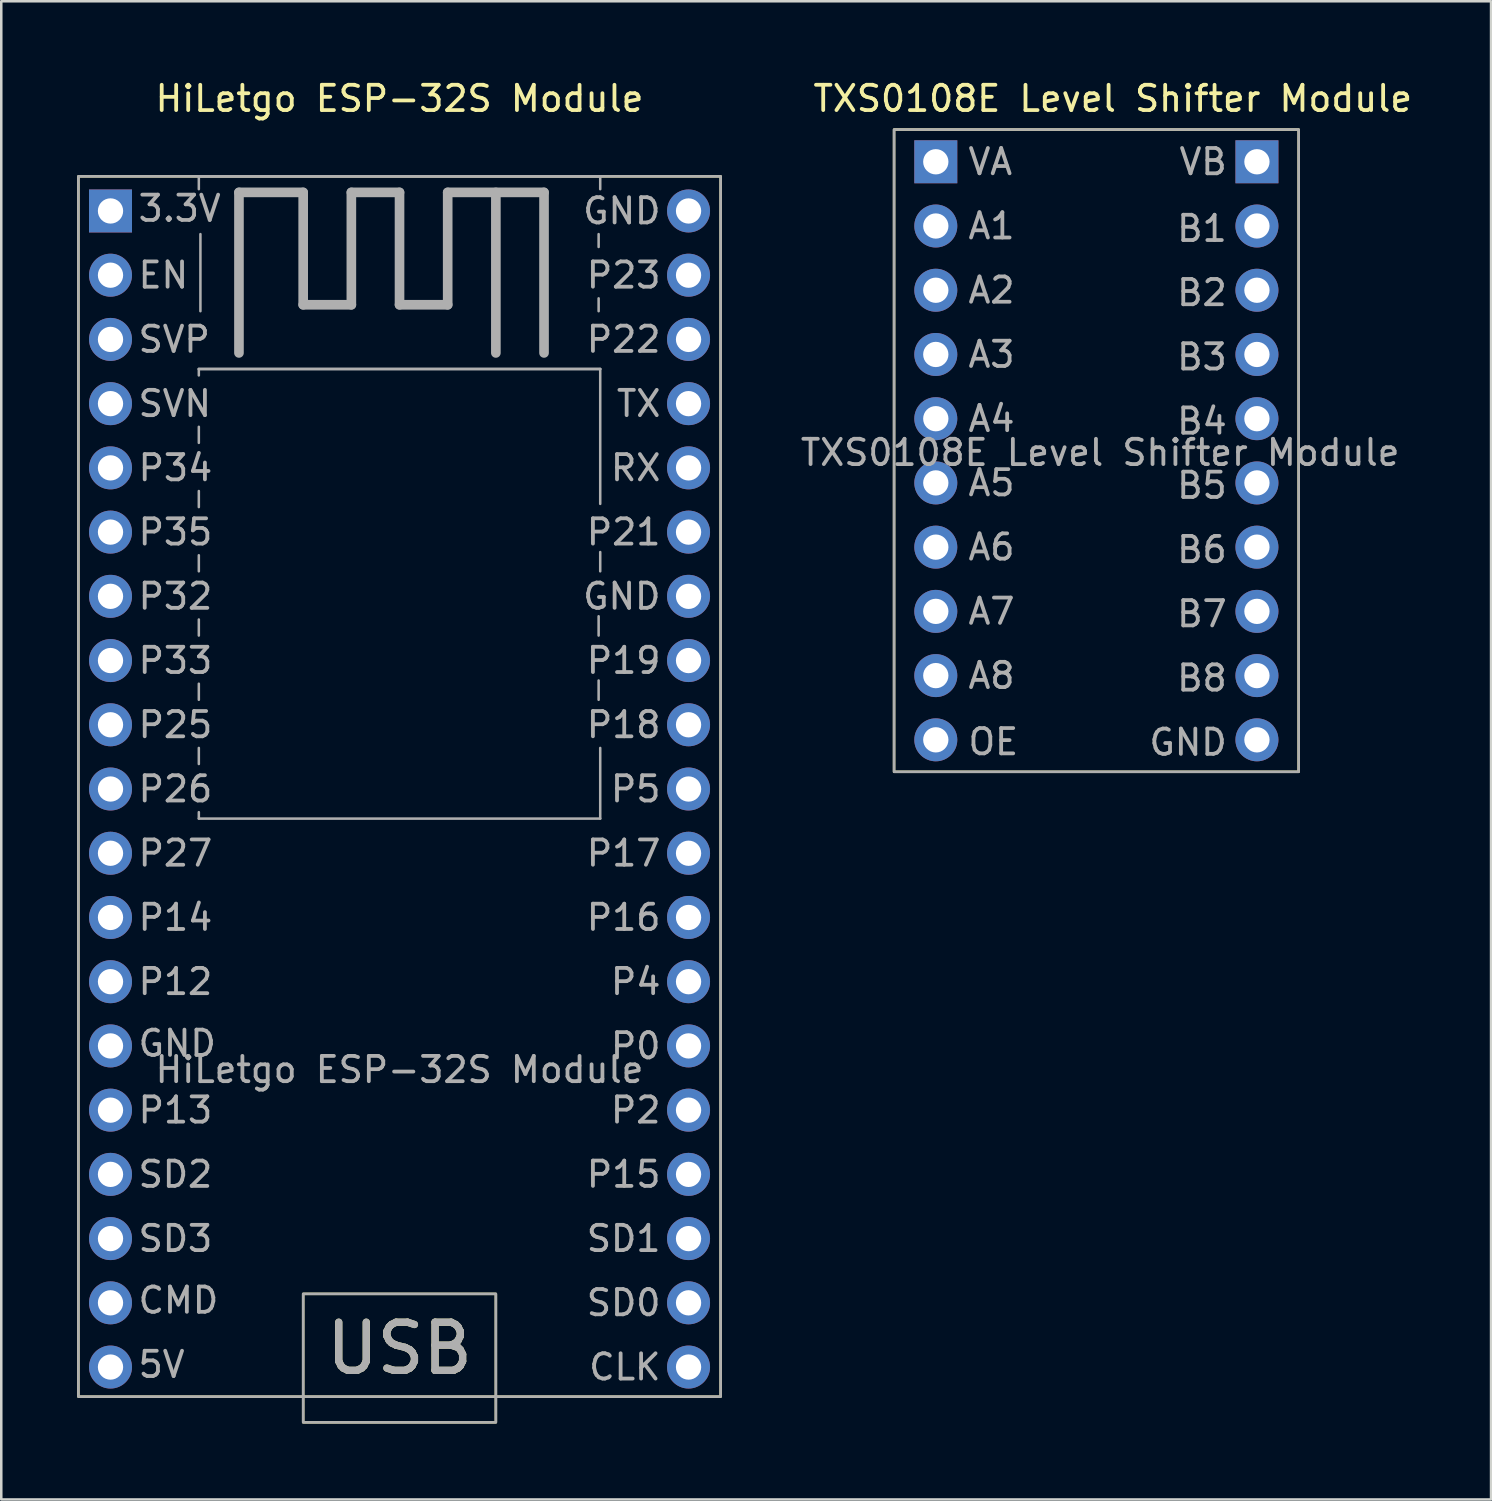
<source format=kicad_pcb>
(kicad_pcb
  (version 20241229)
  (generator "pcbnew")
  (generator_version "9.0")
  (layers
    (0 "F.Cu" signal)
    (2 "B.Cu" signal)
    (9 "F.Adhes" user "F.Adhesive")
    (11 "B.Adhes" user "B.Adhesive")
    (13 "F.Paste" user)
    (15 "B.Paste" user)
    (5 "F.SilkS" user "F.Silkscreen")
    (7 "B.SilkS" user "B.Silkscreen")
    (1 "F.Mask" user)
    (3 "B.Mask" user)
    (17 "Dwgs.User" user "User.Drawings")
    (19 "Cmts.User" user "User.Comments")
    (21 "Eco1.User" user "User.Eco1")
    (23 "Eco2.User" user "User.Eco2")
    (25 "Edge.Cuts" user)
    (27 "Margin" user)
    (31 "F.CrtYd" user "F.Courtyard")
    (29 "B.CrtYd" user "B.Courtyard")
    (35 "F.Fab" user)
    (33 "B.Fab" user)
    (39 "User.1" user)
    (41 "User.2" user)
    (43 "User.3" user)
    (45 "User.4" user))
  (footprint "HiLetgo ESP-32S Module"
    (layer "F.Cu")
    (at 1.32 5.293)
    (property "Reference" "HiLetgo ESP-32S Module" (at 11.43 -4.445 0) (unlocked yes) (layer "F.SilkS") (effects (font (size 1 1) (thickness 0.15))))
    (attr through_hole)
    (fp_rect (start 15.24 47.906) (end 7.62 42.826) (stroke (width 0.1) (type default)) (fill no) (layer "F.SilkS"))
    (fp_rect (start 24.13 46.89) (end -1.27 -1.37) (stroke (width 0.1) (type default)) (fill no) (layer "F.SilkS"))
    (fp_line (start 3.493 -1.37) (end 19.367 -1.37) (stroke (width 0.1) (type default)) (layer "F.Fab"))
    (fp_line (start 3.493 -0.862) (end 3.493 -1.37) (stroke (width 0.1) (type default)) (layer "F.Fab"))
    (fp_line (start 3.493 6.25) (end 19.367 6.25) (stroke (width 0.1) (type default)) (layer "F.Fab"))
    (fp_line (start 3.493 6.504) (end 3.493 6.25) (stroke (width 0.1) (type default)) (layer "F.Fab"))
    (fp_line (start 3.493 8.536) (end 3.493 9.171) (stroke (width 0.1) (type default)) (layer "F.Fab"))
    (fp_line (start 3.493 11.076) (end 3.493 11.711) (stroke (width 0.1) (type default)) (layer "F.Fab"))
    (fp_line (start 3.493 13.616) (end 3.493 14.251) (stroke (width 0.1) (type default)) (layer "F.Fab"))
    (fp_line (start 3.493 16.156) (end 3.493 16.791) (stroke (width 0.1) (type default)) (layer "F.Fab"))
    (fp_line (start 3.493 18.696) (end 3.493 19.331) (stroke (width 0.1) (type default)) (layer "F.Fab"))
    (fp_line (start 3.493 21.236) (end 3.493 21.871) (stroke (width 0.1) (type default)) (layer "F.Fab"))
    (fp_line (start 3.493 23.776) (end 3.493 24.03) (stroke (width 0.1) (type default)) (layer "F.Fab"))
    (fp_line (start 3.556 3.964) (end 3.556 0.916) (stroke (width 0.1) (type default)) (layer "F.Fab"))
    (fp_line (start 5.08 -0.735) (end 7.62 -0.735) (stroke (width 0.381) (type default)) (layer "F.Fab"))
    (fp_line (start 5.08 5.615) (end 5.08 -0.735) (stroke (width 0.381) (type default)) (layer "F.Fab"))
    (fp_line (start 7.62 -0.735) (end 7.62 3.71) (stroke (width 0.381) (type default)) (layer "F.Fab"))
    (fp_line (start 7.62 3.71) (end 9.525 3.71) (stroke (width 0.381) (type default)) (layer "F.Fab"))
    (fp_line (start 9.525 -0.735) (end 11.43 -0.735) (stroke (width 0.381) (type default)) (layer "F.Fab"))
    (fp_line (start 9.525 3.71) (end 9.525 -0.735) (stroke (width 0.381) (type default)) (layer "F.Fab"))
    (fp_line (start 11.43 -0.735) (end 11.43 3.71) (stroke (width 0.381) (type default)) (layer "F.Fab"))
    (fp_line (start 11.43 3.71) (end 13.335 3.71) (stroke (width 0.381) (type default)) (layer "F.Fab"))
    (fp_line (start 13.335 -0.735) (end 17.145 -0.735) (stroke (width 0.381) (type default)) (layer "F.Fab"))
    (fp_line (start 13.335 3.71) (end 13.335 -0.735) (stroke (width 0.381) (type default)) (layer "F.Fab"))
    (fp_line (start 15.24 5.615) (end 15.24 -0.735) (stroke (width 0.381) (type default)) (layer "F.Fab"))
    (fp_line (start 17.145 -0.735) (end 17.145 5.615) (stroke (width 0.381) (type default)) (layer "F.Fab"))
    (fp_line (start 19.304 1.424) (end 19.304 0.916) (stroke (width 0.1) (type default)) (layer "F.Fab"))
    (fp_line (start 19.304 3.964) (end 19.304 3.456) (stroke (width 0.1) (type default)) (layer "F.Fab"))
    (fp_line (start 19.304 16.029) (end 19.304 16.791) (stroke (width 0.1) (type default)) (layer "F.Fab"))
    (fp_line (start 19.304 18.569) (end 19.304 19.331) (stroke (width 0.1) (type default)) (layer "F.Fab"))
    (fp_line (start 19.367 -1.37) (end 19.367 -0.862) (stroke (width 0.1) (type default)) (layer "F.Fab"))
    (fp_line (start 19.367 6.25) (end 3.493 6.25) (stroke (width 0.1) (type default)) (layer "F.Fab"))
    (fp_line (start 19.367 6.25) (end 19.367 11.584) (stroke (width 0.1) (type default)) (layer "F.Fab"))
    (fp_line (start 19.367 13.489) (end 19.367 14.251) (stroke (width 0.1) (type default)) (layer "F.Fab"))
    (fp_line (start 19.367 21.236) (end 19.367 24.03) (stroke (width 0.1) (type default)) (layer "F.Fab"))
    (fp_line (start 19.367 24.03) (end 3.493 24.03) (stroke (width 0.1) (type default)) (layer "F.Fab"))
    (fp_rect (start 15.24 47.906) (end 7.62 42.826) (stroke (width 0.1) (type default)) (fill no) (layer "F.Fab"))
    (fp_rect (start 24.13 46.89) (end -1.27 -1.37) (stroke (width 0.1) (type default)) (fill no) (layer "F.Fab"))
    (fp_text user "USB" (at 11.43 44.985 0) (unlocked yes) (layer "F.SilkS") (effects (font (size 1.905 1.905) (thickness 0.286) (bold yes))))
    (fp_text user "P5" (at 21.844 22.86 0) (unlocked yes) (layer "F.Fab") (effects (font (size 1 1) (thickness 0.15)) (justify right)))
    (fp_text user "GND" (at 1.016 32.92 0) (unlocked yes) (layer "F.Fab") (effects (font (size 1 1) (thickness 0.15)) (justify left)))
    (fp_text user "P0" (at 21.844 33.02 0) (unlocked yes) (layer "F.Fab") (effects (font (size 1 1) (thickness 0.15)) (justify right)))
    (fp_text user "P2" (at 21.844 35.56 0) (unlocked yes) (layer "F.Fab") (effects (font (size 1 1) (thickness 0.15)) (justify right)))
    (fp_text user "P33" (at 1.016 17.78 0) (unlocked yes) (layer "F.Fab") (effects (font (size 1 1) (thickness 0.15)) (justify left)))
    (fp_text user "GND" (at 21.844 15.24 0) (unlocked yes) (layer "F.Fab") (effects (font (size 1 1) (thickness 0.15)) (justify right)))
    (fp_text user "P19" (at 21.844 17.78 0) (unlocked yes) (layer "F.Fab") (effects (font (size 1 1) (thickness 0.15)) (justify right)))
    (fp_text user "3.3V" (at 1.016 -0.1 0) (unlocked yes) (layer "F.Fab") (effects (font (size 1 1) (thickness 0.15)) (justify left)))
    (fp_text user "SVP" (at 1.016 5.08 0) (unlocked yes) (layer "F.Fab") (effects (font (size 1 1) (thickness 0.15)) (justify left)))
    (fp_text user "CLK" (at 21.844 45.72 0) (unlocked yes) (layer "F.Fab") (effects (font (size 1 1) (thickness 0.15)) (justify right)))
    (fp_text user "RX" (at 21.844 10.16 0) (unlocked yes) (layer "F.Fab") (effects (font (size 1 1) (thickness 0.15)) (justify right)))
    (fp_text user "P18" (at 21.844 20.32 0) (unlocked yes) (layer "F.Fab") (effects (font (size 1 1) (thickness 0.15)) (justify right)))
    (fp_text user "P25" (at 1.016 20.32 0) (unlocked yes) (layer "F.Fab") (effects (font (size 1 1) (thickness 0.15)) (justify left)))
    (fp_text user "SD3" (at 1.016 40.64 0) (unlocked yes) (layer "F.Fab") (effects (font (size 1 1) (thickness 0.15)) (justify left)))
    (fp_text user "5V" (at 1.016 45.62 0) (unlocked yes) (layer "F.Fab") (effects (font (size 1 1) (thickness 0.15)) (justify left)))
    (fp_text user "SD2" (at 1.016 38.1 0) (unlocked yes) (layer "F.Fab") (effects (font (size 1 1) (thickness 0.15)) (justify left)))
    (fp_text user "P27" (at 1.016 25.4 0) (unlocked yes) (layer "F.Fab") (effects (font (size 1 1) (thickness 0.15)) (justify left)))
    (fp_text user "CMD" (at 1.016 43.08 0) (unlocked yes) (layer "F.Fab") (effects (font (size 1 1) (thickness 0.15)) (justify left)))
    (fp_text user "SD0" (at 21.844 43.18 0) (unlocked yes) (layer "F.Fab") (effects (font (size 1 1) (thickness 0.15)) (justify right)))
    (fp_text user "P14" (at 1.016 27.94 0) (unlocked yes) (layer "F.Fab") (effects (font (size 1 1) (thickness 0.15)) (justify left)))
    (fp_text user "P23" (at 21.844 2.54 0) (unlocked yes) (layer "F.Fab") (effects (font (size 1 1) (thickness 0.15)) (justify right)))
    (fp_text user "USB" (at 11.43 44.985 0) (unlocked yes) (layer "F.Fab") (effects (font (size 1.905 1.905) (thickness 0.286) (bold yes))))
    (fp_text user "P12" (at 1.016 30.48 0) (unlocked yes) (layer "F.Fab") (effects (font (size 1 1) (thickness 0.15)) (justify left)))
    (fp_text user "P4" (at 21.844 30.48 0) (unlocked yes) (layer "F.Fab") (effects (font (size 1 1) (thickness 0.15)) (justify right)))
    (fp_text user "SD1" (at 21.844 40.64 0) (unlocked yes) (layer "F.Fab") (effects (font (size 1 1) (thickness 0.15)) (justify right)))
    (fp_text user "EN" (at 1.016 2.54 0) (unlocked yes) (layer "F.Fab") (effects (font (size 1 1) (thickness 0.15)) (justify left)))
    (fp_text user "P13" (at 1.016 35.56 0) (unlocked yes) (layer "F.Fab") (effects (font (size 1 1) (thickness 0.15)) (justify left)))
    (fp_text user "P17" (at 21.844 25.4 0) (unlocked yes) (layer "F.Fab") (effects (font (size 1 1) (thickness 0.15)) (justify right)))
    (fp_text user "GND" (at 21.844 0 0) (unlocked yes) (layer "F.Fab") (effects (font (size 1 1) (thickness 0.15)) (justify right)))
    (fp_text user "P34" (at 1.016 10.16 0) (unlocked yes) (layer "F.Fab") (effects (font (size 1 1) (thickness 0.15)) (justify left)))
    (fp_text user "P15" (at 21.844 38.1 0) (unlocked yes) (layer "F.Fab") (effects (font (size 1 1) (thickness 0.15)) (justify right)))
    (fp_text user "P21" (at 21.844 12.7 0) (unlocked yes) (layer "F.Fab") (effects (font (size 1 1) (thickness 0.15)) (justify right)))
    (fp_text user "P16" (at 21.844 27.94 0) (unlocked yes) (layer "F.Fab") (effects (font (size 1 1) (thickness 0.15)) (justify right)))
    (fp_text user "TX" (at 21.844 7.62 0) (unlocked yes) (layer "F.Fab") (effects (font (size 1 1) (thickness 0.15)) (justify right)))
    (fp_text user "P32" (at 1.016 15.24 0) (unlocked yes) (layer "F.Fab") (effects (font (size 1 1) (thickness 0.15)) (justify left)))
    (fp_text user "P26" (at 1.016 22.86 0) (unlocked yes) (layer "F.Fab") (effects (font (size 1 1) (thickness 0.15)) (justify left)))
    (fp_text user "${REFERENCE}" (at 11.43 33.96 0) (unlocked yes) (layer "F.Fab") (effects (font (size 1 1) (thickness 0.15))))
    (fp_text user "P35" (at 1.016 12.7 0) (unlocked yes) (layer "F.Fab") (effects (font (size 1 1) (thickness 0.15)) (justify left)))
    (fp_text user "SVN" (at 1.016 7.62 0) (unlocked yes) (layer "F.Fab") (effects (font (size 1 1) (thickness 0.15)) (justify left)))
    (fp_text user "P22" (at 21.844 5.08 0) (unlocked yes) (layer "F.Fab") (effects (font (size 1 1) (thickness 0.15)) (justify right)))
    (pad "1" thru_hole rect (at 0 0 90) (size 1.7 1.7) (drill 1) (layers "*.Cu" "*.Mask"))
    (pad "2" thru_hole circle (at 0 2.54 90) (size 1.7 1.7) (drill 1) (layers "*.Cu" "*.Mask"))
    (pad "3" thru_hole circle (at 0 5.08 90) (size 1.7 1.7) (drill 1) (layers "*.Cu" "*.Mask"))
    (pad "4" thru_hole circle (at 0 7.62 90) (size 1.7 1.7) (drill 1) (layers "*.Cu" "*.Mask"))
    (pad "5" thru_hole circle (at 0 10.16 90) (size 1.7 1.7) (drill 1) (layers "*.Cu" "*.Mask"))
    (pad "6" thru_hole circle (at 0 12.7 90) (size 1.7 1.7) (drill 1) (layers "*.Cu" "*.Mask"))
    (pad "7" thru_hole circle (at 0 15.24 90) (size 1.7 1.7) (drill 1) (layers "*.Cu" "*.Mask"))
    (pad "8" thru_hole circle (at 0 17.78 90) (size 1.7 1.7) (drill 1) (layers "*.Cu" "*.Mask"))
    (pad "9" thru_hole circle (at 0 20.32 90) (size 1.7 1.7) (drill 1) (layers "*.Cu" "*.Mask"))
    (pad "10" thru_hole circle (at 0 22.86 90) (size 1.7 1.7) (drill 1) (layers "*.Cu" "*.Mask"))
    (pad "11" thru_hole circle (at 0 25.4 90) (size 1.7 1.7) (drill 1) (layers "*.Cu" "*.Mask"))
    (pad "12" thru_hole circle (at 0 27.94 90) (size 1.7 1.7) (drill 1) (layers "*.Cu" "*.Mask"))
    (pad "13" thru_hole circle (at 0 30.48 90) (size 1.7 1.7) (drill 1) (layers "*.Cu" "*.Mask"))
    (pad "14" thru_hole circle (at 0 33.02 90) (size 1.7 1.7) (drill 1) (layers "*.Cu" "*.Mask"))
    (pad "15" thru_hole circle (at 0 35.56 90) (size 1.7 1.7) (drill 1) (layers "*.Cu" "*.Mask"))
    (pad "16" thru_hole circle (at 0 38.1 90) (size 1.7 1.7) (drill 1) (layers "*.Cu" "*.Mask"))
    (pad "17" thru_hole circle (at 0 40.64 90) (size 1.7 1.7) (drill 1) (layers "*.Cu" "*.Mask"))
    (pad "18" thru_hole circle (at 0 43.18 90) (size 1.7 1.7) (drill 1) (layers "*.Cu" "*.Mask"))
    (pad "19" thru_hole circle (at 0 45.72 90) (size 1.7 1.7) (drill 1) (layers "*.Cu" "*.Mask"))
    (pad "20" thru_hole circle (at 22.86 45.72 90) (size 1.7 1.7) (drill 1) (layers "*.Cu" "*.Mask"))
    (pad "21" thru_hole circle (at 22.86 43.18 90) (size 1.7 1.7) (drill 1) (layers "*.Cu" "*.Mask"))
    (pad "22" thru_hole circle (at 22.86 40.64 90) (size 1.7 1.7) (drill 1) (layers "*.Cu" "*.Mask"))
    (pad "23" thru_hole circle (at 22.86 38.1 90) (size 1.7 1.7) (drill 1) (layers "*.Cu" "*.Mask"))
    (pad "24" thru_hole circle (at 22.86 35.56 90) (size 1.7 1.7) (drill 1) (layers "*.Cu" "*.Mask"))
    (pad "25" thru_hole circle (at 22.86 33.02 90) (size 1.7 1.7) (drill 1) (layers "*.Cu" "*.Mask"))
    (pad "26" thru_hole circle (at 22.86 30.48 90) (size 1.7 1.7) (drill 1) (layers "*.Cu" "*.Mask"))
    (pad "27" thru_hole circle (at 22.86 27.94 90) (size 1.7 1.7) (drill 1) (layers "*.Cu" "*.Mask"))
    (pad "28" thru_hole circle (at 22.86 25.4 90) (size 1.7 1.7) (drill 1) (layers "*.Cu" "*.Mask"))
    (pad "29" thru_hole circle (at 22.86 22.86 90) (size 1.7 1.7) (drill 1) (layers "*.Cu" "*.Mask"))
    (pad "30" thru_hole circle (at 22.86 20.32 90) (size 1.7 1.7) (drill 1) (layers "*.Cu" "*.Mask"))
    (pad "31" thru_hole circle (at 22.86 17.78 90) (size 1.7 1.7) (drill 1) (layers "*.Cu" "*.Mask"))
    (pad "32" thru_hole circle (at 22.86 15.24 90) (size 1.7 1.7) (drill 1) (layers "*.Cu" "*.Mask"))
    (pad "33" thru_hole circle (at 22.86 12.7 90) (size 1.7 1.7) (drill 1) (layers "*.Cu" "*.Mask"))
    (pad "34" thru_hole circle (at 22.86 10.16 90) (size 1.7 1.7) (drill 1) (layers "*.Cu" "*.Mask"))
    (pad "35" thru_hole circle (at 22.86 7.62 90) (size 1.7 1.7) (drill 1) (layers "*.Cu" "*.Mask"))
    (pad "36" thru_hole circle (at 22.86 5.08 90) (size 1.7 1.7) (drill 1) (layers "*.Cu" "*.Mask"))
    (pad "37" thru_hole circle (at 22.86 2.54 90) (size 1.7 1.7) (drill 1) (layers "*.Cu" "*.Mask"))
    (pad "38" thru_hole circle (at 22.86 0 90) (size 1.7 1.7) (drill 1) (layers "*.Cu" "*.Mask")))
  (footprint "TXS0108E Level Shifter Module"
    (layer "F.Cu")
    (at 33.958 3.348)
    (property "Reference" "TXS0108E Level Shifter Module" (at 7 -2.5 0) (unlocked yes) (layer "F.SilkS") (effects (font (size 1 1) (thickness 0.15))))
    (attr through_hole)
    (fp_rect (start -1.65 -1.275) (end 14.35 24.125) (stroke (width 0.1) (type default)) (fill no) (layer "F.SilkS"))
    (fp_rect (start -1.65 -1.275) (end 14.35 24.125) (stroke (width 0.1) (type default)) (fill no) (layer "F.Fab"))
    (fp_text user "OE" (at 1.2 22.94 0) (unlocked yes) (layer "F.Fab") (effects (font (size 1 1) (thickness 0.15)) (justify left)))
    (fp_text user "A6" (at 1.2 15.24 0) (unlocked yes) (layer "F.Fab") (effects (font (size 1 1) (thickness 0.15)) (justify left)))
    (fp_text user "B2" (at 11.6 5.18 0) (unlocked yes) (layer "F.Fab") (effects (font (size 1 1) (thickness 0.15)) (justify right)))
    (fp_text user "B7" (at 11.6 17.88 0) (unlocked yes) (layer "F.Fab") (effects (font (size 1 1) (thickness 0.15)) (justify right)))
    (fp_text user "B4" (at 11.6 10.26 0) (unlocked yes) (layer "F.Fab") (effects (font (size 1 1) (thickness 0.15)) (justify right)))
    (fp_text user "A4" (at 1.2 10.16 0) (unlocked yes) (layer "F.Fab") (effects (font (size 1 1) (thickness 0.15)) (justify left)))
    (fp_text user "A3" (at 1.2 7.62 0) (unlocked yes) (layer "F.Fab") (effects (font (size 1 1) (thickness 0.15)) (justify left)))
    (fp_text user "A5" (at 1.2 12.7 0) (unlocked yes) (layer "F.Fab") (effects (font (size 1 1) (thickness 0.15)) (justify left)))
    (fp_text user "B3" (at 11.6 7.72 0) (unlocked yes) (layer "F.Fab") (effects (font (size 1 1) (thickness 0.15)) (justify right)))
    (fp_text user "B5" (at 11.6 12.8 0) (unlocked yes) (layer "F.Fab") (effects (font (size 1 1) (thickness 0.15)) (justify right)))
    (fp_text user "B6" (at 11.6 15.34 0) (unlocked yes) (layer "F.Fab") (effects (font (size 1 1) (thickness 0.15)) (justify right)))
    (fp_text user "VA" (at 1.2 0 0) (unlocked yes) (layer "F.Fab") (effects (font (size 1 1) (thickness 0.15)) (justify left)))
    (fp_text user "A7" (at 1.2 17.78 0) (unlocked yes) (layer "F.Fab") (effects (font (size 1 1) (thickness 0.15)) (justify left)))
    (fp_text user "A8" (at 1.2 20.32 0) (unlocked yes) (layer "F.Fab") (effects (font (size 1 1) (thickness 0.15)) (justify left)))
    (fp_text user "A1" (at 1.2 2.54 0) (unlocked yes) (layer "F.Fab") (effects (font (size 1 1) (thickness 0.15)) (justify left)))
    (fp_text user "${REFERENCE}" (at 6.5 11.5 0) (unlocked yes) (layer "F.Fab") (effects (font (size 1 1) (thickness 0.15))))
    (fp_text user "B8" (at 11.6 20.42 0) (unlocked yes) (layer "F.Fab") (effects (font (size 1 1) (thickness 0.15)) (justify right)))
    (fp_text user "GND" (at 11.6 22.96 0) (unlocked yes) (layer "F.Fab") (effects (font (size 1 1) (thickness 0.15)) (justify right)))
    (fp_text user "A2" (at 1.2 5.08 0) (unlocked yes) (layer "F.Fab") (effects (font (size 1 1) (thickness 0.15)) (justify left)))
    (fp_text user "VB" (at 11.6 0 0) (unlocked yes) (layer "F.Fab") (effects (font (size 1 1) (thickness 0.15)) (justify right)))
    (fp_text user "B1" (at 11.6 2.64 0) (unlocked yes) (layer "F.Fab") (effects (font (size 1 1) (thickness 0.15)) (justify right)))
    (pad "1" thru_hole rect (at 0 0 270) (size 1.7 1.7) (drill 1) (layers "*.Cu" "*.Mask"))
    (pad "2" thru_hole circle (at 0 2.54 270) (size 1.7 1.7) (drill 1) (layers "*.Cu" "*.Mask"))
    (pad "3" thru_hole circle (at 0 5.08 270) (size 1.7 1.7) (drill 1) (layers "*.Cu" "*.Mask"))
    (pad "4" thru_hole circle (at 0 7.62 270) (size 1.7 1.7) (drill 1) (layers "*.Cu" "*.Mask"))
    (pad "5" thru_hole circle (at 0 10.16 270) (size 1.7 1.7) (drill 1) (layers "*.Cu" "*.Mask"))
    (pad "6" thru_hole circle (at 0 12.7 270) (size 1.7 1.7) (drill 1) (layers "*.Cu" "*.Mask"))
    (pad "7" thru_hole circle (at 0 15.24 270) (size 1.7 1.7) (drill 1) (layers "*.Cu" "*.Mask"))
    (pad "8" thru_hole circle (at 0 17.78 270) (size 1.7 1.7) (drill 1) (layers "*.Cu" "*.Mask"))
    (pad "9" thru_hole circle (at 0 20.32 270) (size 1.7 1.7) (drill 1) (layers "*.Cu" "*.Mask"))
    (pad "10" thru_hole circle (at 0 22.86 270) (size 1.7 1.7) (drill 1) (layers "*.Cu" "*.Mask"))
    (pad "11" thru_hole circle (at 12.7 22.86 270) (size 1.7 1.7) (drill 1) (layers "*.Cu" "*.Mask"))
    (pad "12" thru_hole circle (at 12.7 20.32 270) (size 1.7 1.7) (drill 1) (layers "*.Cu" "*.Mask"))
    (pad "13" thru_hole circle (at 12.7 17.78 270) (size 1.7 1.7) (drill 1) (layers "*.Cu" "*.Mask"))
    (pad "14" thru_hole circle (at 12.7 15.24 270) (size 1.7 1.7) (drill 1) (layers "*.Cu" "*.Mask"))
    (pad "15" thru_hole circle (at 12.7 12.7 270) (size 1.7 1.7) (drill 1) (layers "*.Cu" "*.Mask"))
    (pad "16" thru_hole circle (at 12.7 10.16 270) (size 1.7 1.7) (drill 1) (layers "*.Cu" "*.Mask"))
    (pad "17" thru_hole circle (at 12.7 7.62 270) (size 1.7 1.7) (drill 1) (layers "*.Cu" "*.Mask"))
    (pad "18" thru_hole circle (at 12.7 5.08 270) (size 1.7 1.7) (drill 1) (layers "*.Cu" "*.Mask"))
    (pad "19" thru_hole circle (at 12.7 2.54 270) (size 1.7 1.7) (drill 1) (layers "*.Cu" "*.Mask"))
    (pad "20" thru_hole rect (at 12.7 0 270) (size 1.7 1.7) (drill 1) (layers "*.Cu" "*.Mask")))
  (gr_rect
    (start -3 -3)
    (end 55.917 56.249)
    (stroke (width 0.1) (type default))
    (fill no)
    (layer "Edge.Cuts")))
</source>
